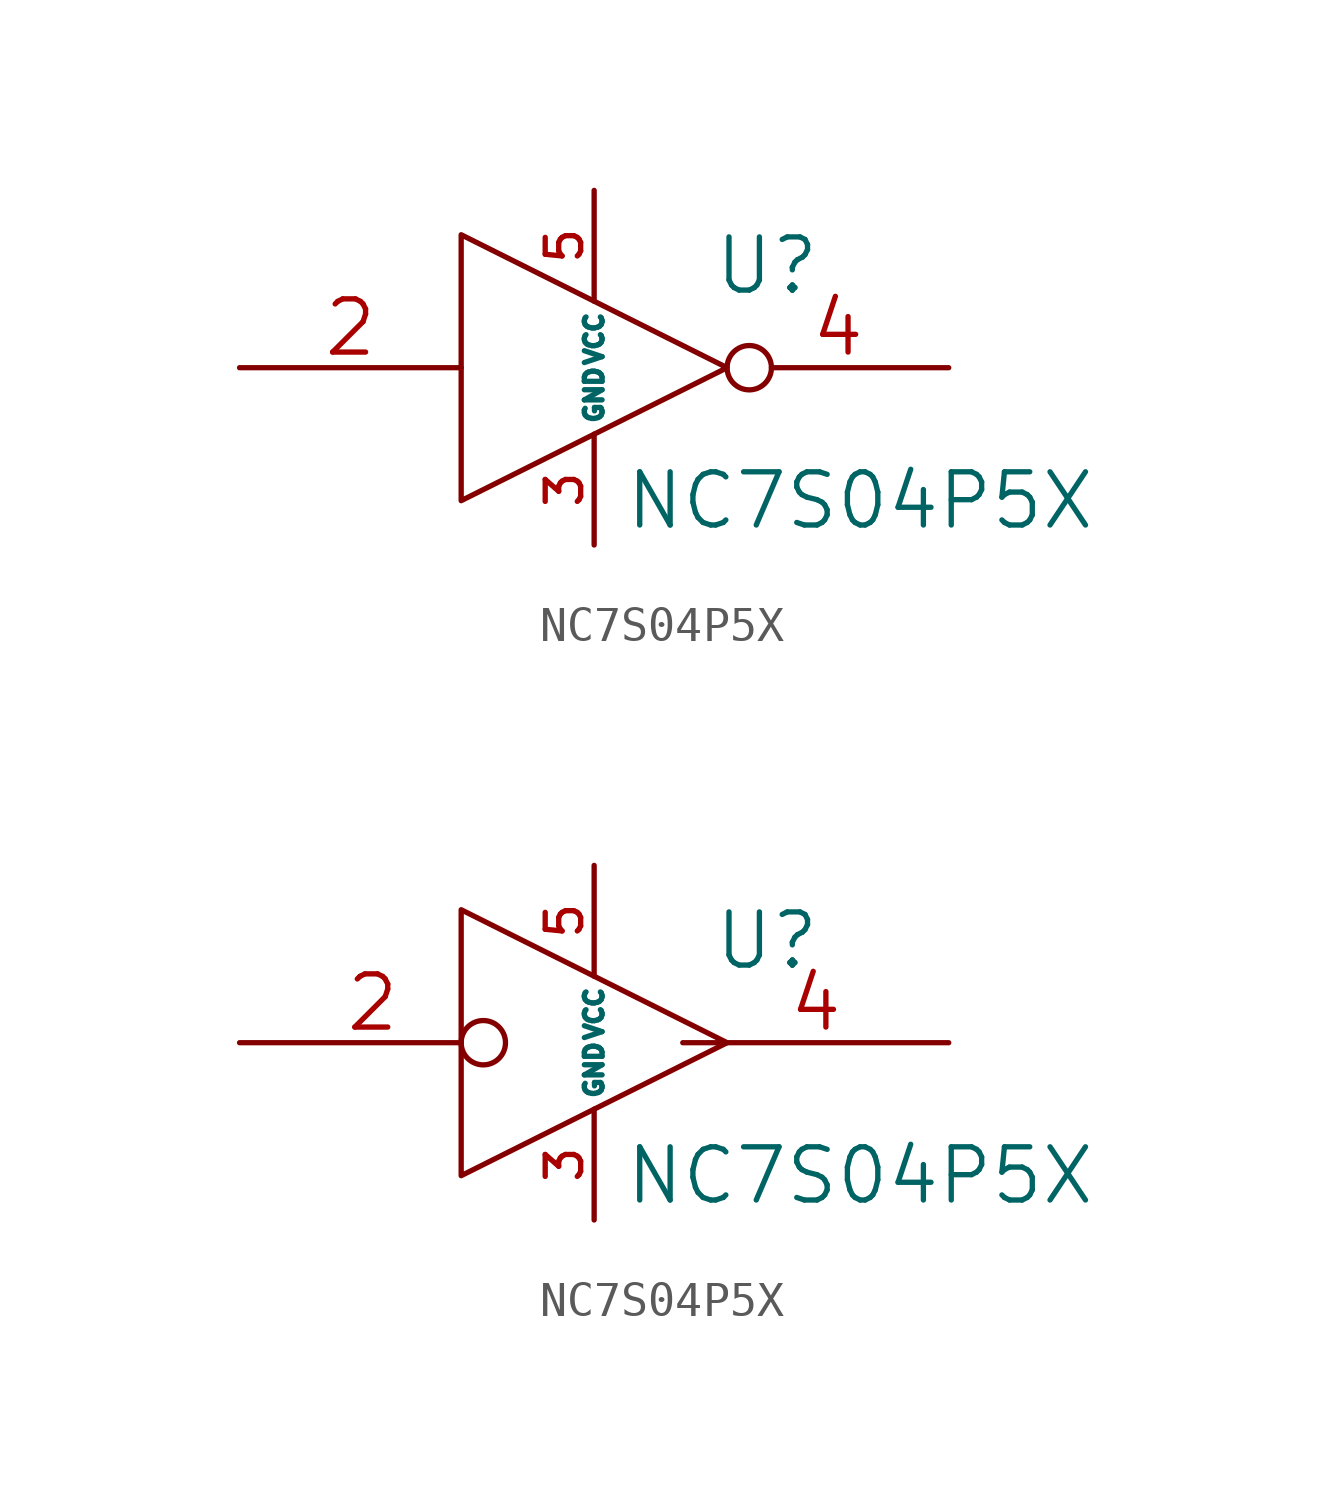
<source format=kicad_sym>
(kicad_symbol_lib
  (version 20220914)
  (generator kicad_symbol_editor)
  (symbol "NC7S04P5X"
    (pin_names
      (offset 0.254))
    (property "Reference" "U"
      (at 4.953 2.921 0)
      (effects (font (size 1.524 1.524))))
    (property "Value" "NC7S04P5X"
      (at 7.62 -3.81 0)
      (effects (font (size 1.524 1.524))))
    (property "Datasheet" ""
      (at 4.953 2.921 0)
      (effects (font (size 1.524 1.524))))
    (symbol "NC7S04P5X_0_0"
      (polyline (pts (xy -3.81 3.81) (xy -3.81 -3.81) (xy 3.81 0) (xy -3.81 3.81)) (stroke (width 0) (type solid)) (fill (type none)))
      (pin power_in line (at 0 -5.08 90) (length 3.175) (name "GND" (effects (font (size 0.508 0.508)))) (number "3" (effects (font (size 1.016 1.016)))))
      (pin power_in line (at 0 5.08 270) (length 3.175) (name "VCC" (effects (font (size 0.508 0.508)))) (number "5" (effects (font (size 1.016 1.016))))))
    (symbol "NC7S04P5X_1_1"
      (pin input line (at -10.16 0 0) (length 6.35) (name "~" (effects (font (size 1.524 1.524)))) (number "2" (effects (font (size 1.524 1.524)))))
      (pin output inverted (at 10.16 0 180) (length 6.35) (name "~" (effects (font (size 1.524 1.524)))) (number "4" (effects (font (size 1.524 1.524))))))
    (symbol "NC7S04P5X_1_2"
      (pin input inverted (at -10.16 0 0) (length 7.62) (name "~" (effects (font (size 1.524 1.524)))) (number "2" (effects (font (size 1.524 1.524)))))
      (pin output line (at 10.16 0 180) (length 7.62) (name "~" (effects (font (size 1.524 1.524)))) (number "4" (effects (font (size 1.524 1.524))))))))
</source>
